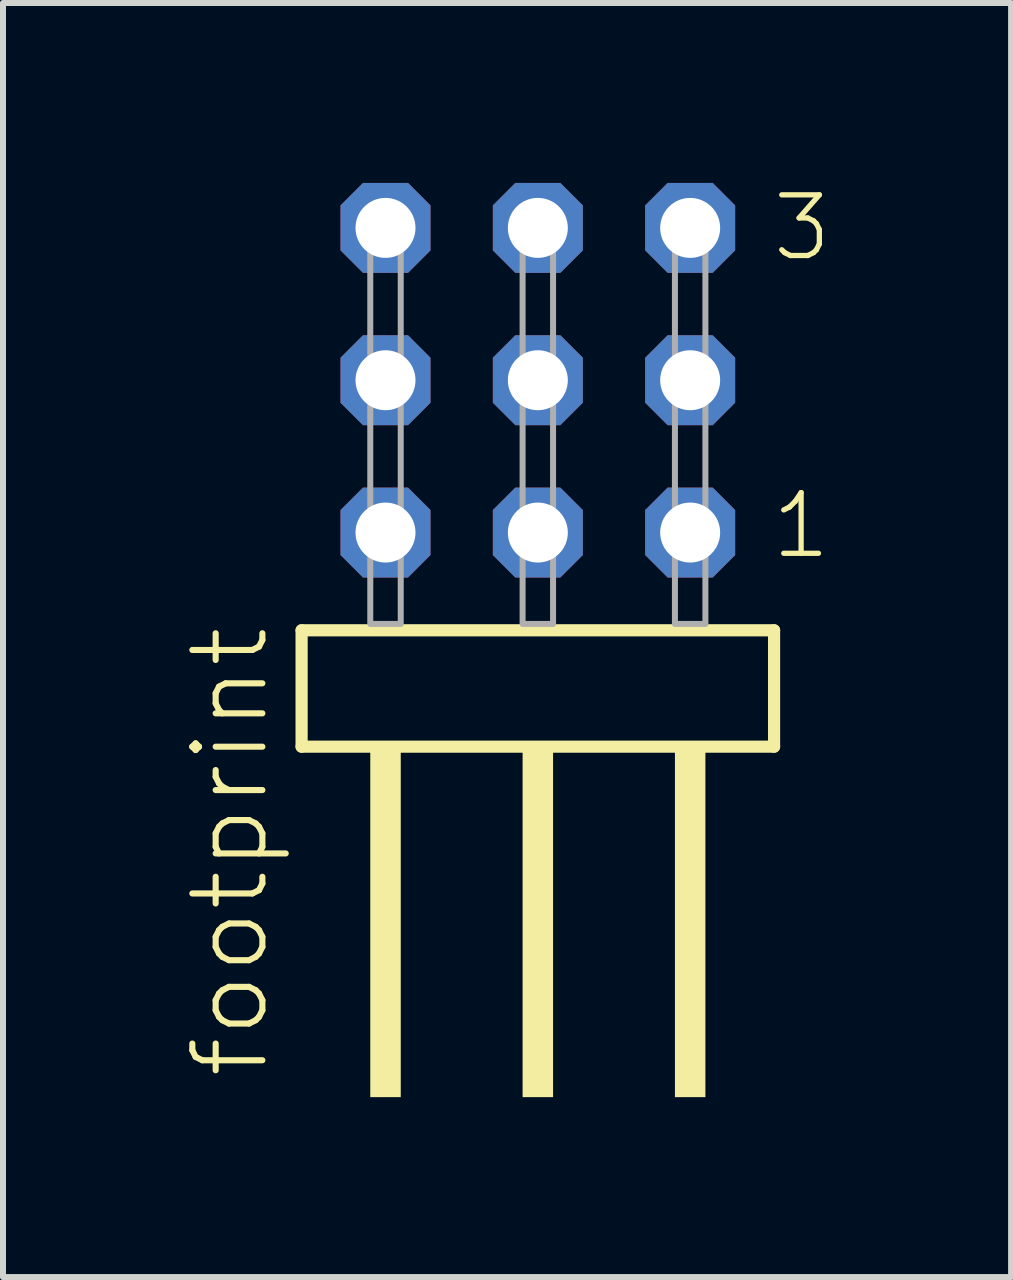
<source format=kicad_pcb>
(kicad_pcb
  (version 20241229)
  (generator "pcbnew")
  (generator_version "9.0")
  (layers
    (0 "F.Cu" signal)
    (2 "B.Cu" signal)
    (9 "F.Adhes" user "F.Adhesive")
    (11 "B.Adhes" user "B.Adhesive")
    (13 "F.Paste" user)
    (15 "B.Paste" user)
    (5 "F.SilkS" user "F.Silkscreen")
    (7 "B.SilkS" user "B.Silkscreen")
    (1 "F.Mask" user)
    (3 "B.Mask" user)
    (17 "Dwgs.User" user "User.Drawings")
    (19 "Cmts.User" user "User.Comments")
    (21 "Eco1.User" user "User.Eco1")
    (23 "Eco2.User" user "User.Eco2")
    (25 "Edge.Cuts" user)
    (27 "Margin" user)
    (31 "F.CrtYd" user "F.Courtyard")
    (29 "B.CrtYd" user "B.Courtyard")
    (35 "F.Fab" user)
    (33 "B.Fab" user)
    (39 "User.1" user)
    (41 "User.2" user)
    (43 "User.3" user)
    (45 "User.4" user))
  (footprint "footprint"
    (layer "F.Cu")
    (at 5.918 7.354)
    (property "Reference" "footprint" (at -4.445 7.62 90) (layer "F.SilkS") (effects (font (size 1.168 1.168) (thickness 0.102)) (justify left bottom)))
    (fp_line (start -3.939 0.106) (end -3.939 2.046) (stroke (width 0.203) (type solid)) (layer "F.SilkS"))
    (fp_line (start -3.939 2.046) (end 3.939 2.046) (stroke (width 0.203) (type solid)) (layer "F.SilkS"))
    (fp_line (start 3.939 0.106) (end -3.939 0.106) (stroke (width 0.203) (type solid)) (layer "F.SilkS"))
    (fp_line (start 3.939 2.046) (end 3.939 0.106) (stroke (width 0.203) (type solid)) (layer "F.SilkS"))
    (fp_poly (pts (xy -2.794 7.89) (xy -2.286 7.89) (xy -2.286 2.04) (xy -2.794 2.04)) (stroke (width 0) (type solid)) (fill yes) (layer "F.SilkS"))
    (fp_poly (pts (xy -0.254 7.89) (xy 0.254 7.89) (xy 0.254 2.04) (xy -0.254 2.04)) (stroke (width 0) (type solid)) (fill yes) (layer "F.SilkS"))
    (fp_poly (pts (xy 2.286 7.89) (xy 2.794 7.89) (xy 2.794 2.04) (xy 2.286 2.04)) (stroke (width 0) (type solid)) (fill yes) (layer "F.SilkS"))
    (fp_poly (pts (xy -2.794 0) (xy -2.286 0) (xy -2.286 -6.858) (xy -2.794 -6.858)) (stroke (width 0.1) (type solid)) (fill no) (layer "F.Fab"))
    (fp_poly (pts (xy -0.254 0) (xy 0.254 0) (xy 0.254 -6.858) (xy -0.254 -6.858)) (stroke (width 0.1) (type solid)) (fill no) (layer "F.Fab"))
    (fp_poly (pts (xy 2.286 0) (xy 2.794 0) (xy 2.794 -6.858) (xy 2.286 -6.858)) (stroke (width 0.1) (type solid)) (fill no) (layer "F.Fab"))
    (fp_text user "3" (at 3.865 -6.015 0) (layer "F.SilkS") (effects (font (size 1.012 1.012) (thickness 0.088)) (justify left bottom)))
    (fp_text user "1" (at 3.85 -1.05 0) (layer "F.SilkS") (effects (font (size 1.012 1.012) (thickness 0.088)) (justify left bottom)))
    (pad "1" thru_hole roundrect (at 2.54 -1.524 180) (size 1.5 1.5) (drill 1) (layers "*.Cu" "*.Mask") (roundrect_rratio 0.25) (chamfer_ratio 0.25) (chamfer top_left top_right bottom_left bottom_right))
    (pad "2" thru_hole roundrect (at 2.54 -4.064 180) (size 1.5 1.5) (drill 1) (layers "*.Cu" "*.Mask") (roundrect_rratio 0.25) (chamfer_ratio 0.25) (chamfer top_left top_right bottom_left bottom_right))
    (pad "3" thru_hole roundrect (at 2.54 -6.604 180) (size 1.5 1.5) (drill 1) (layers "*.Cu" "*.Mask") (roundrect_rratio 0.25) (chamfer_ratio 0.25) (chamfer top_left top_right bottom_left bottom_right))
    (pad "4" thru_hole roundrect (at 0 -1.524 180) (size 1.5 1.5) (drill 1) (layers "*.Cu" "*.Mask") (roundrect_rratio 0.25) (chamfer_ratio 0.25) (chamfer top_left top_right bottom_left bottom_right))
    (pad "5" thru_hole roundrect (at 0 -4.064 180) (size 1.5 1.5) (drill 1) (layers "*.Cu" "*.Mask") (roundrect_rratio 0.25) (chamfer_ratio 0.25) (chamfer top_left top_right bottom_left bottom_right))
    (pad "6" thru_hole roundrect (at 0 -6.604 180) (size 1.5 1.5) (drill 1) (layers "*.Cu" "*.Mask") (roundrect_rratio 0.25) (chamfer_ratio 0.25) (chamfer top_left top_right bottom_left bottom_right))
    (pad "7" thru_hole roundrect (at -2.54 -1.524 180) (size 1.5 1.5) (drill 1) (layers "*.Cu" "*.Mask") (roundrect_rratio 0.25) (chamfer_ratio 0.25) (chamfer top_left top_right bottom_left bottom_right))
    (pad "8" thru_hole roundrect (at -2.54 -4.064 180) (size 1.5 1.5) (drill 1) (layers "*.Cu" "*.Mask") (roundrect_rratio 0.25) (chamfer_ratio 0.25) (chamfer top_left top_right bottom_left bottom_right))
    (pad "9" thru_hole roundrect (at -2.54 -6.604 180) (size 1.5 1.5) (drill 1) (layers "*.Cu" "*.Mask") (roundrect_rratio 0.25) (chamfer_ratio 0.25) (chamfer top_left top_right bottom_left bottom_right)))
  (gr_rect
    (start -3 -3)
    (end 13.809 18.244)
    (stroke (width 0.1) (type default))
    (fill no)
    (layer "Edge.Cuts")))
</source>
